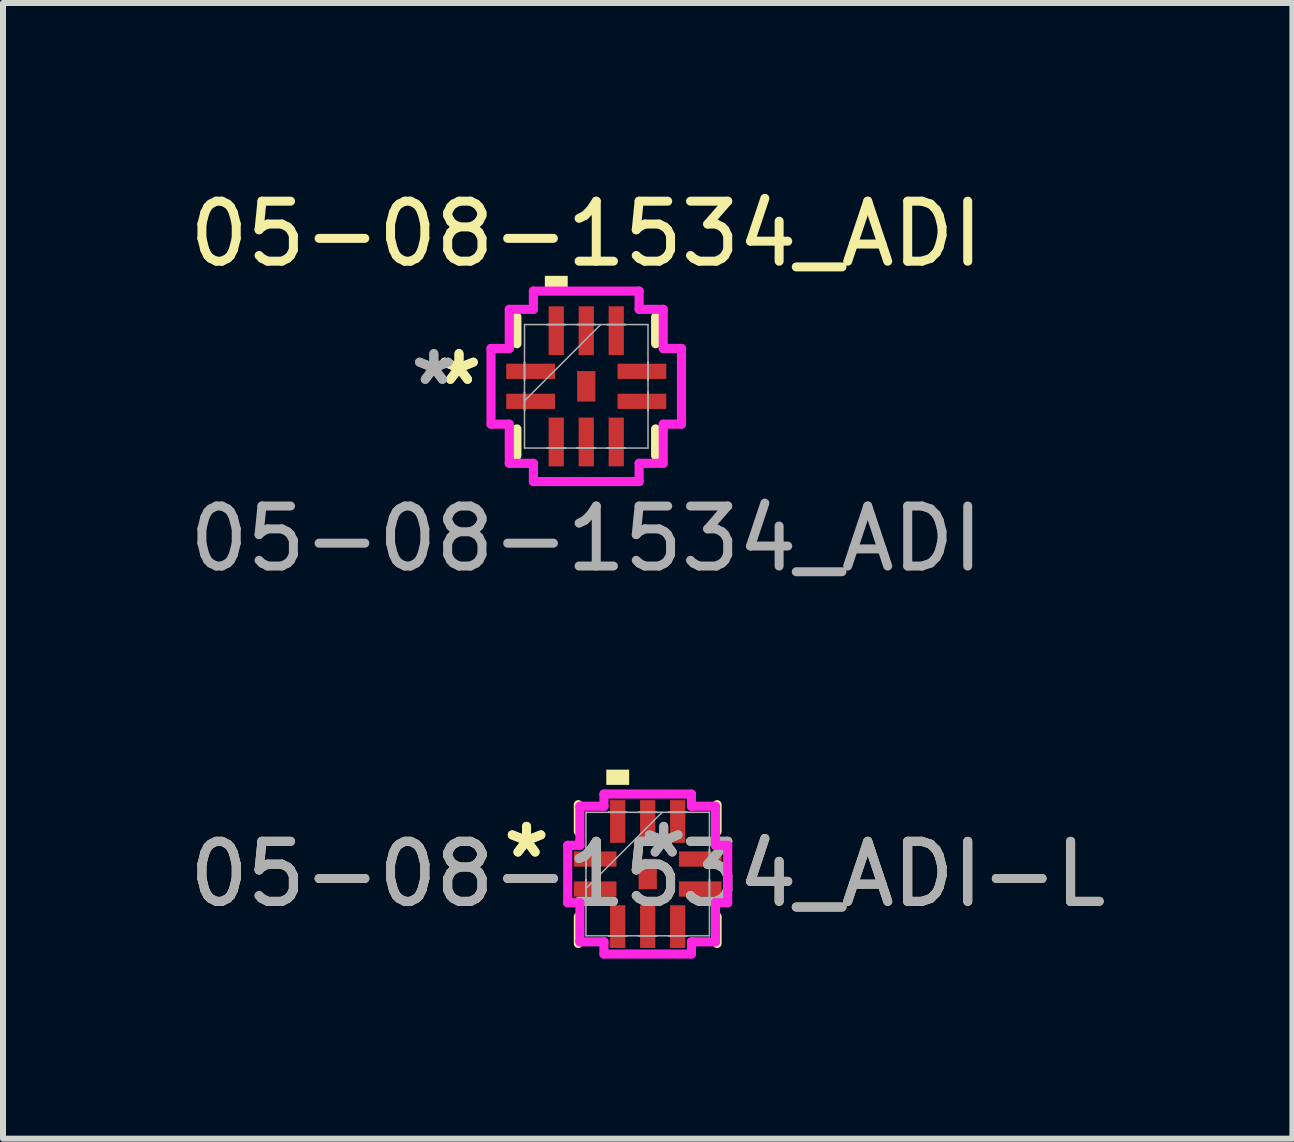
<source format=kicad_pcb>
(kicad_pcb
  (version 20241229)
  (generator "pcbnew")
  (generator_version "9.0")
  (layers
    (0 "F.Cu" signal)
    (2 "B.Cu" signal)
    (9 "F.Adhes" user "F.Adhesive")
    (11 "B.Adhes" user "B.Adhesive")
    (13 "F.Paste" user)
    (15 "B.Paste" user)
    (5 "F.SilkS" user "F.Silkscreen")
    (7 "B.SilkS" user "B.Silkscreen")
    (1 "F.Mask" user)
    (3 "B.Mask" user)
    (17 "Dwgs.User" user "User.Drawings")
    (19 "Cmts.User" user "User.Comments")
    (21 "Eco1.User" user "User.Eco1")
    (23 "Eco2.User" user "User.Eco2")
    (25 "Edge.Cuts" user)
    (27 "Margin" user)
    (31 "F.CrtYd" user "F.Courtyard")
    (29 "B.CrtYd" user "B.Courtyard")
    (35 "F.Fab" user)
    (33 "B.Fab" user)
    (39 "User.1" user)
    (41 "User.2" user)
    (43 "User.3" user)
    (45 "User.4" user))
  (footprint "05-08-1534_ADI"
    (layer "F.Cu")
    (at 6.72 3.388)
    (property "Reference" "05-08-1534_ADI" (at 0 -2.54 0) (unlocked yes) (layer "F.SilkS") (effects (font (size 1 1) (thickness 0.15))))
    (attr smd)
    (fp_line (start -1.156 -1.156) (end -1.156 -0.71) (stroke (width 0.152) (type solid)) (layer "F.SilkS"))
    (fp_line (start -1.156 0.71) (end -1.156 1.156) (stroke (width 0.152) (type solid)) (layer "F.SilkS"))
    (fp_line (start 1.156 -0.71) (end 1.156 -1.156) (stroke (width 0.152) (type solid)) (layer "F.SilkS"))
    (fp_line (start 1.156 1.156) (end 1.156 0.71) (stroke (width 0.152) (type solid)) (layer "F.SilkS"))
    (fp_poly (pts (xy -0.69 -1.587) (xy -0.69 -1.841) (xy -0.309 -1.841) (xy -0.309 -1.587)) (stroke (width 0) (type solid)) (fill yes) (layer "F.SilkS"))
    (fp_line (start -1.587 -0.631) (end -1.283 -0.631) (stroke (width 0.152) (type solid)) (layer "F.CrtYd"))
    (fp_line (start -1.587 0.631) (end -1.587 -0.631) (stroke (width 0.152) (type solid)) (layer "F.CrtYd"))
    (fp_line (start -1.283 -1.283) (end -0.881 -1.283) (stroke (width 0.152) (type solid)) (layer "F.CrtYd"))
    (fp_line (start -1.283 -0.631) (end -1.283 -1.283) (stroke (width 0.152) (type solid)) (layer "F.CrtYd"))
    (fp_line (start -1.283 0.631) (end -1.587 0.631) (stroke (width 0.152) (type solid)) (layer "F.CrtYd"))
    (fp_line (start -1.283 1.283) (end -1.283 0.631) (stroke (width 0.152) (type solid)) (layer "F.CrtYd"))
    (fp_line (start -0.881 -1.587) (end 0.881 -1.587) (stroke (width 0.152) (type solid)) (layer "F.CrtYd"))
    (fp_line (start -0.881 -1.283) (end -0.881 -1.587) (stroke (width 0.152) (type solid)) (layer "F.CrtYd"))
    (fp_line (start -0.881 1.283) (end -1.283 1.283) (stroke (width 0.152) (type solid)) (layer "F.CrtYd"))
    (fp_line (start -0.881 1.587) (end -0.881 1.283) (stroke (width 0.152) (type solid)) (layer "F.CrtYd"))
    (fp_line (start 0.881 -1.587) (end 0.881 -1.283) (stroke (width 0.152) (type solid)) (layer "F.CrtYd"))
    (fp_line (start 0.881 -1.283) (end 1.283 -1.283) (stroke (width 0.152) (type solid)) (layer "F.CrtYd"))
    (fp_line (start 0.881 1.283) (end 0.881 1.587) (stroke (width 0.152) (type solid)) (layer "F.CrtYd"))
    (fp_line (start 0.881 1.587) (end -0.881 1.587) (stroke (width 0.152) (type solid)) (layer "F.CrtYd"))
    (fp_line (start 1.283 -1.283) (end 1.283 -0.631) (stroke (width 0.152) (type solid)) (layer "F.CrtYd"))
    (fp_line (start 1.283 -0.631) (end 1.587 -0.631) (stroke (width 0.152) (type solid)) (layer "F.CrtYd"))
    (fp_line (start 1.283 0.631) (end 1.283 1.283) (stroke (width 0.152) (type solid)) (layer "F.CrtYd"))
    (fp_line (start 1.283 1.283) (end 0.881 1.283) (stroke (width 0.152) (type solid)) (layer "F.CrtYd"))
    (fp_line (start 1.587 -0.631) (end 1.587 0.631) (stroke (width 0.152) (type solid)) (layer "F.CrtYd"))
    (fp_line (start 1.587 0.631) (end 1.283 0.631) (stroke (width 0.152) (type solid)) (layer "F.CrtYd"))
    (fp_line (start -1.029 -1.029) (end -1.029 1.029) (stroke (width 0.025) (type solid)) (layer "F.Fab"))
    (fp_line (start -1.029 -0.402) (end -1.029 -0.402) (stroke (width 0.025) (type solid)) (layer "F.Fab"))
    (fp_line (start -1.029 -0.402) (end -1.029 -0.098) (stroke (width 0.025) (type solid)) (layer "F.Fab"))
    (fp_line (start -1.029 -0.098) (end -1.029 -0.402) (stroke (width 0.025) (type solid)) (layer "F.Fab"))
    (fp_line (start -1.029 -0.098) (end -1.029 -0.098) (stroke (width 0.025) (type solid)) (layer "F.Fab"))
    (fp_line (start -1.029 0.098) (end -1.029 0.098) (stroke (width 0.025) (type solid)) (layer "F.Fab"))
    (fp_line (start -1.029 0.098) (end -1.029 0.402) (stroke (width 0.025) (type solid)) (layer "F.Fab"))
    (fp_line (start -1.029 0.241) (end 0.241 -1.029) (stroke (width 0.025) (type solid)) (layer "F.Fab"))
    (fp_line (start -1.029 0.402) (end -1.029 0.098) (stroke (width 0.025) (type solid)) (layer "F.Fab"))
    (fp_line (start -1.029 0.402) (end -1.029 0.402) (stroke (width 0.025) (type solid)) (layer "F.Fab"))
    (fp_line (start -1.029 1.029) (end 1.029 1.029) (stroke (width 0.025) (type solid)) (layer "F.Fab"))
    (fp_line (start -0.652 -1.029) (end -0.652 -1.029) (stroke (width 0.025) (type solid)) (layer "F.Fab"))
    (fp_line (start -0.652 -1.029) (end -0.348 -1.029) (stroke (width 0.025) (type solid)) (layer "F.Fab"))
    (fp_line (start -0.652 1.029) (end -0.652 1.029) (stroke (width 0.025) (type solid)) (layer "F.Fab"))
    (fp_line (start -0.652 1.029) (end -0.348 1.029) (stroke (width 0.025) (type solid)) (layer "F.Fab"))
    (fp_line (start -0.348 -1.029) (end -0.652 -1.029) (stroke (width 0.025) (type solid)) (layer "F.Fab"))
    (fp_line (start -0.348 -1.029) (end -0.348 -1.029) (stroke (width 0.025) (type solid)) (layer "F.Fab"))
    (fp_line (start -0.348 1.029) (end -0.652 1.029) (stroke (width 0.025) (type solid)) (layer "F.Fab"))
    (fp_line (start -0.348 1.029) (end -0.348 1.029) (stroke (width 0.025) (type solid)) (layer "F.Fab"))
    (fp_line (start -0.152 -1.029) (end -0.152 -1.029) (stroke (width 0.025) (type solid)) (layer "F.Fab"))
    (fp_line (start -0.152 -1.029) (end 0.152 -1.029) (stroke (width 0.025) (type solid)) (layer "F.Fab"))
    (fp_line (start -0.152 1.029) (end -0.152 1.029) (stroke (width 0.025) (type solid)) (layer "F.Fab"))
    (fp_line (start -0.152 1.029) (end 0.152 1.029) (stroke (width 0.025) (type solid)) (layer "F.Fab"))
    (fp_line (start 0.152 -1.029) (end -0.152 -1.029) (stroke (width 0.025) (type solid)) (layer "F.Fab"))
    (fp_line (start 0.152 -1.029) (end 0.152 -1.029) (stroke (width 0.025) (type solid)) (layer "F.Fab"))
    (fp_line (start 0.152 1.029) (end -0.152 1.029) (stroke (width 0.025) (type solid)) (layer "F.Fab"))
    (fp_line (start 0.152 1.029) (end 0.152 1.029) (stroke (width 0.025) (type solid)) (layer "F.Fab"))
    (fp_line (start 0.348 -1.029) (end 0.348 -1.029) (stroke (width 0.025) (type solid)) (layer "F.Fab"))
    (fp_line (start 0.348 -1.029) (end 0.652 -1.029) (stroke (width 0.025) (type solid)) (layer "F.Fab"))
    (fp_line (start 0.348 1.029) (end 0.348 1.029) (stroke (width 0.025) (type solid)) (layer "F.Fab"))
    (fp_line (start 0.348 1.029) (end 0.652 1.029) (stroke (width 0.025) (type solid)) (layer "F.Fab"))
    (fp_line (start 0.652 -1.029) (end 0.348 -1.029) (stroke (width 0.025) (type solid)) (layer "F.Fab"))
    (fp_line (start 0.652 -1.029) (end 0.652 -1.029) (stroke (width 0.025) (type solid)) (layer "F.Fab"))
    (fp_line (start 0.652 1.029) (end 0.348 1.029) (stroke (width 0.025) (type solid)) (layer "F.Fab"))
    (fp_line (start 0.652 1.029) (end 0.652 1.029) (stroke (width 0.025) (type solid)) (layer "F.Fab"))
    (fp_line (start 1.029 -1.029) (end -1.029 -1.029) (stroke (width 0.025) (type solid)) (layer "F.Fab"))
    (fp_line (start 1.029 -0.402) (end 1.029 -0.402) (stroke (width 0.025) (type solid)) (layer "F.Fab"))
    (fp_line (start 1.029 -0.402) (end 1.029 -0.098) (stroke (width 0.025) (type solid)) (layer "F.Fab"))
    (fp_line (start 1.029 -0.098) (end 1.029 -0.402) (stroke (width 0.025) (type solid)) (layer "F.Fab"))
    (fp_line (start 1.029 -0.098) (end 1.029 -0.098) (stroke (width 0.025) (type solid)) (layer "F.Fab"))
    (fp_line (start 1.029 0.098) (end 1.029 0.098) (stroke (width 0.025) (type solid)) (layer "F.Fab"))
    (fp_line (start 1.029 0.098) (end 1.029 0.402) (stroke (width 0.025) (type solid)) (layer "F.Fab"))
    (fp_line (start 1.029 0.402) (end 1.029 0.098) (stroke (width 0.025) (type solid)) (layer "F.Fab"))
    (fp_line (start 1.029 0.402) (end 1.029 0.402) (stroke (width 0.025) (type solid)) (layer "F.Fab"))
    (fp_line (start 1.029 1.029) (end 1.029 -1.029) (stroke (width 0.025) (type solid)) (layer "F.Fab"))
    (fp_text user "*" (at -2.121 0 0) (layer "F.SilkS") (effects (font (size 1 1) (thickness 0.15))))
    (fp_text user "*" (at -2.121 0 0) (unlocked yes) (layer "F.SilkS") (effects (font (size 1 1) (thickness 0.15))))
    (fp_text user "*" (at -2.54 0 0) (layer "F.Fab") (effects (font (size 1 1) (thickness 0.15))))
    (fp_text user "*" (at -2.54 0 0) (unlocked yes) (layer "F.Fab") (effects (font (size 1 1) (thickness 0.15))))
    (fp_text user "${REFERENCE}" (at 0 2.54 0) (unlocked yes) (layer "F.Fab") (effects (font (size 1 1) (thickness 0.15))))
    (pad "1" smd rect (at -0.927 -0.25 90) (size 0.254 0.813) (layers "F.Cu" "F.Mask" "F.Paste"))
    (pad "2" smd rect (at -0.927 0.25 90) (size 0.254 0.813) (layers "F.Cu" "F.Mask" "F.Paste"))
    (pad "3" smd rect (at -0.5 0.927) (size 0.254 0.813) (layers "F.Cu" "F.Mask" "F.Paste"))
    (pad "4" smd rect (at 0 0.927) (size 0.254 0.813) (layers "F.Cu" "F.Mask" "F.Paste"))
    (pad "5" smd rect (at 0.5 0.927) (size 0.254 0.813) (layers "F.Cu" "F.Mask" "F.Paste"))
    (pad "6" smd rect (at 0.927 0.25 90) (size 0.254 0.813) (layers "F.Cu" "F.Mask" "F.Paste"))
    (pad "7" smd rect (at 0.927 -0.25 90) (size 0.254 0.813) (layers "F.Cu" "F.Mask" "F.Paste"))
    (pad "8" smd rect (at 0.5 -0.927) (size 0.254 0.813) (layers "F.Cu" "F.Mask" "F.Paste"))
    (pad "9" smd rect (at 0 -0.927) (size 0.254 0.813) (layers "F.Cu" "F.Mask" "F.Paste"))
    (pad "10" smd rect (at -0.5 -0.927) (size 0.254 0.813) (layers "F.Cu" "F.Mask" "F.Paste"))
    (pad "11" smd rect (at 0 0) (size 0.305 0.508) (layers "F.Cu" "F.Mask" "F.Paste")))
  (footprint "05-08-1534_ADI-L"
    (layer "F.Cu")
    (at 7.744 11.516)
    (property "Reference" "05-08-1534_ADI-L" (at 0 0 0) (unlocked yes) (layer "F.SilkS") (effects (font (size 1 1) (thickness 0.15))))
    (attr smd)
    (fp_line (start -1.156 -1.156) (end -1.156 -0.71) (stroke (width 0.152) (type solid)) (layer "F.SilkS"))
    (fp_line (start -1.156 0.71) (end -1.156 1.156) (stroke (width 0.152) (type solid)) (layer "F.SilkS"))
    (fp_line (start 1.156 -0.71) (end 1.156 -1.156) (stroke (width 0.152) (type solid)) (layer "F.SilkS"))
    (fp_line (start 1.156 1.156) (end 1.156 0.71) (stroke (width 0.152) (type solid)) (layer "F.SilkS"))
    (fp_poly (pts (xy -0.69 -1.486) (xy -0.69 -1.74) (xy -0.309 -1.74) (xy -0.309 -1.486)) (stroke (width 0) (type solid)) (fill yes) (layer "F.SilkS"))
    (fp_line (start -1.333 -0.479) (end -1.13 -0.479) (stroke (width 0.152) (type solid)) (layer "F.CrtYd"))
    (fp_line (start -1.333 0.479) (end -1.333 -0.479) (stroke (width 0.152) (type solid)) (layer "F.CrtYd"))
    (fp_line (start -1.13 -1.13) (end -0.729 -1.13) (stroke (width 0.152) (type solid)) (layer "F.CrtYd"))
    (fp_line (start -1.13 -0.479) (end -1.13 -1.13) (stroke (width 0.152) (type solid)) (layer "F.CrtYd"))
    (fp_line (start -1.13 0.479) (end -1.333 0.479) (stroke (width 0.152) (type solid)) (layer "F.CrtYd"))
    (fp_line (start -1.13 1.13) (end -1.13 0.479) (stroke (width 0.152) (type solid)) (layer "F.CrtYd"))
    (fp_line (start -0.729 -1.333) (end 0.729 -1.333) (stroke (width 0.152) (type solid)) (layer "F.CrtYd"))
    (fp_line (start -0.729 -1.13) (end -0.729 -1.333) (stroke (width 0.152) (type solid)) (layer "F.CrtYd"))
    (fp_line (start -0.729 1.13) (end -1.13 1.13) (stroke (width 0.152) (type solid)) (layer "F.CrtYd"))
    (fp_line (start -0.729 1.333) (end -0.729 1.13) (stroke (width 0.152) (type solid)) (layer "F.CrtYd"))
    (fp_line (start 0.729 -1.333) (end 0.729 -1.13) (stroke (width 0.152) (type solid)) (layer "F.CrtYd"))
    (fp_line (start 0.729 -1.13) (end 1.13 -1.13) (stroke (width 0.152) (type solid)) (layer "F.CrtYd"))
    (fp_line (start 0.729 1.13) (end 0.729 1.333) (stroke (width 0.152) (type solid)) (layer "F.CrtYd"))
    (fp_line (start 0.729 1.333) (end -0.729 1.333) (stroke (width 0.152) (type solid)) (layer "F.CrtYd"))
    (fp_line (start 1.13 -1.13) (end 1.13 -0.479) (stroke (width 0.152) (type solid)) (layer "F.CrtYd"))
    (fp_line (start 1.13 -0.479) (end 1.333 -0.479) (stroke (width 0.152) (type solid)) (layer "F.CrtYd"))
    (fp_line (start 1.13 0.479) (end 1.13 1.13) (stroke (width 0.152) (type solid)) (layer "F.CrtYd"))
    (fp_line (start 1.13 1.13) (end 0.729 1.13) (stroke (width 0.152) (type solid)) (layer "F.CrtYd"))
    (fp_line (start 1.333 -0.479) (end 1.333 0.479) (stroke (width 0.152) (type solid)) (layer "F.CrtYd"))
    (fp_line (start 1.333 0.479) (end 1.13 0.479) (stroke (width 0.152) (type solid)) (layer "F.CrtYd"))
    (fp_line (start -1.029 -1.029) (end -1.029 1.029) (stroke (width 0.025) (type solid)) (layer "F.Fab"))
    (fp_line (start -1.029 -0.402) (end -1.029 -0.402) (stroke (width 0.025) (type solid)) (layer "F.Fab"))
    (fp_line (start -1.029 -0.402) (end -1.029 -0.098) (stroke (width 0.025) (type solid)) (layer "F.Fab"))
    (fp_line (start -1.029 -0.098) (end -1.029 -0.402) (stroke (width 0.025) (type solid)) (layer "F.Fab"))
    (fp_line (start -1.029 -0.098) (end -1.029 -0.098) (stroke (width 0.025) (type solid)) (layer "F.Fab"))
    (fp_line (start -1.029 0.098) (end -1.029 0.098) (stroke (width 0.025) (type solid)) (layer "F.Fab"))
    (fp_line (start -1.029 0.098) (end -1.029 0.402) (stroke (width 0.025) (type solid)) (layer "F.Fab"))
    (fp_line (start -1.029 0.241) (end 0.241 -1.029) (stroke (width 0.025) (type solid)) (layer "F.Fab"))
    (fp_line (start -1.029 0.402) (end -1.029 0.098) (stroke (width 0.025) (type solid)) (layer "F.Fab"))
    (fp_line (start -1.029 0.402) (end -1.029 0.402) (stroke (width 0.025) (type solid)) (layer "F.Fab"))
    (fp_line (start -1.029 1.029) (end 1.029 1.029) (stroke (width 0.025) (type solid)) (layer "F.Fab"))
    (fp_line (start -0.652 -1.029) (end -0.652 -1.029) (stroke (width 0.025) (type solid)) (layer "F.Fab"))
    (fp_line (start -0.652 -1.029) (end -0.348 -1.029) (stroke (width 0.025) (type solid)) (layer "F.Fab"))
    (fp_line (start -0.652 1.029) (end -0.652 1.029) (stroke (width 0.025) (type solid)) (layer "F.Fab"))
    (fp_line (start -0.652 1.029) (end -0.348 1.029) (stroke (width 0.025) (type solid)) (layer "F.Fab"))
    (fp_line (start -0.348 -1.029) (end -0.652 -1.029) (stroke (width 0.025) (type solid)) (layer "F.Fab"))
    (fp_line (start -0.348 -1.029) (end -0.348 -1.029) (stroke (width 0.025) (type solid)) (layer "F.Fab"))
    (fp_line (start -0.348 1.029) (end -0.652 1.029) (stroke (width 0.025) (type solid)) (layer "F.Fab"))
    (fp_line (start -0.348 1.029) (end -0.348 1.029) (stroke (width 0.025) (type solid)) (layer "F.Fab"))
    (fp_line (start -0.152 -1.029) (end -0.152 -1.029) (stroke (width 0.025) (type solid)) (layer "F.Fab"))
    (fp_line (start -0.152 -1.029) (end 0.152 -1.029) (stroke (width 0.025) (type solid)) (layer "F.Fab"))
    (fp_line (start -0.152 1.029) (end -0.152 1.029) (stroke (width 0.025) (type solid)) (layer "F.Fab"))
    (fp_line (start -0.152 1.029) (end 0.152 1.029) (stroke (width 0.025) (type solid)) (layer "F.Fab"))
    (fp_line (start 0.152 -1.029) (end -0.152 -1.029) (stroke (width 0.025) (type solid)) (layer "F.Fab"))
    (fp_line (start 0.152 -1.029) (end 0.152 -1.029) (stroke (width 0.025) (type solid)) (layer "F.Fab"))
    (fp_line (start 0.152 1.029) (end -0.152 1.029) (stroke (width 0.025) (type solid)) (layer "F.Fab"))
    (fp_line (start 0.152 1.029) (end 0.152 1.029) (stroke (width 0.025) (type solid)) (layer "F.Fab"))
    (fp_line (start 0.348 -1.029) (end 0.348 -1.029) (stroke (width 0.025) (type solid)) (layer "F.Fab"))
    (fp_line (start 0.348 -1.029) (end 0.652 -1.029) (stroke (width 0.025) (type solid)) (layer "F.Fab"))
    (fp_line (start 0.348 1.029) (end 0.348 1.029) (stroke (width 0.025) (type solid)) (layer "F.Fab"))
    (fp_line (start 0.348 1.029) (end 0.652 1.029) (stroke (width 0.025) (type solid)) (layer "F.Fab"))
    (fp_line (start 0.652 -1.029) (end 0.348 -1.029) (stroke (width 0.025) (type solid)) (layer "F.Fab"))
    (fp_line (start 0.652 -1.029) (end 0.652 -1.029) (stroke (width 0.025) (type solid)) (layer "F.Fab"))
    (fp_line (start 0.652 1.029) (end 0.348 1.029) (stroke (width 0.025) (type solid)) (layer "F.Fab"))
    (fp_line (start 0.652 1.029) (end 0.652 1.029) (stroke (width 0.025) (type solid)) (layer "F.Fab"))
    (fp_line (start 1.029 -1.029) (end -1.029 -1.029) (stroke (width 0.025) (type solid)) (layer "F.Fab"))
    (fp_line (start 1.029 -0.402) (end 1.029 -0.402) (stroke (width 0.025) (type solid)) (layer "F.Fab"))
    (fp_line (start 1.029 -0.402) (end 1.029 -0.098) (stroke (width 0.025) (type solid)) (layer "F.Fab"))
    (fp_line (start 1.029 -0.098) (end 1.029 -0.402) (stroke (width 0.025) (type solid)) (layer "F.Fab"))
    (fp_line (start 1.029 -0.098) (end 1.029 -0.098) (stroke (width 0.025) (type solid)) (layer "F.Fab"))
    (fp_line (start 1.029 0.098) (end 1.029 0.098) (stroke (width 0.025) (type solid)) (layer "F.Fab"))
    (fp_line (start 1.029 0.098) (end 1.029 0.402) (stroke (width 0.025) (type solid)) (layer "F.Fab"))
    (fp_line (start 1.029 0.402) (end 1.029 0.098) (stroke (width 0.025) (type solid)) (layer "F.Fab"))
    (fp_line (start 1.029 0.402) (end 1.029 0.402) (stroke (width 0.025) (type solid)) (layer "F.Fab"))
    (fp_line (start 1.029 1.029) (end 1.029 -1.029) (stroke (width 0.025) (type solid)) (layer "F.Fab"))
    (fp_text user "*" (at -2.019 -0.25 0) (layer "F.SilkS") (effects (font (size 1 1) (thickness 0.15))))
    (fp_text user "*" (at -2.019 -0.25 0) (unlocked yes) (layer "F.SilkS") (effects (font (size 1 1) (thickness 0.15))))
    (fp_text user "*" (at 0.267 -0.25 0) (layer "F.Fab") (effects (font (size 1 1) (thickness 0.15))))
    (fp_text user "*" (at 0.267 -0.25 0) (unlocked yes) (layer "F.Fab") (effects (font (size 1 1) (thickness 0.15))))
    (fp_text user "${REFERENCE}" (at 0 0 0) (unlocked yes) (layer "F.Fab") (effects (font (size 1 1) (thickness 0.15))))
    (pad "1" smd rect (at -0.876 -0.25 90) (size 0.254 0.711) (layers "F.Cu" "F.Mask" "F.Paste"))
    (pad "2" smd rect (at -0.876 0.25 90) (size 0.254 0.711) (layers "F.Cu" "F.Mask" "F.Paste"))
    (pad "3" smd rect (at -0.5 0.876) (size 0.254 0.711) (layers "F.Cu" "F.Mask" "F.Paste"))
    (pad "4" smd rect (at 0 0.876) (size 0.254 0.711) (layers "F.Cu" "F.Mask" "F.Paste"))
    (pad "5" smd rect (at 0.5 0.876) (size 0.254 0.711) (layers "F.Cu" "F.Mask" "F.Paste"))
    (pad "6" smd rect (at 0.876 0.25 90) (size 0.254 0.711) (layers "F.Cu" "F.Mask" "F.Paste"))
    (pad "7" smd rect (at 0.876 -0.25 90) (size 0.254 0.711) (layers "F.Cu" "F.Mask" "F.Paste"))
    (pad "8" smd rect (at 0.5 -0.876) (size 0.254 0.711) (layers "F.Cu" "F.Mask" "F.Paste"))
    (pad "9" smd rect (at 0 -0.876) (size 0.254 0.711) (layers "F.Cu" "F.Mask" "F.Paste"))
    (pad "10" smd rect (at -0.5 -0.876) (size 0.254 0.711) (layers "F.Cu" "F.Mask" "F.Paste"))
    (pad "11" smd rect (at 0 0) (size 0.305 0.508) (layers "F.Cu" "F.Mask" "F.Paste")))
  (gr_rect
    (start -3 -3)
    (end 18.488 15.926)
    (stroke (width 0.1) (type default))
    (fill no)
    (layer "Edge.Cuts")))
</source>
